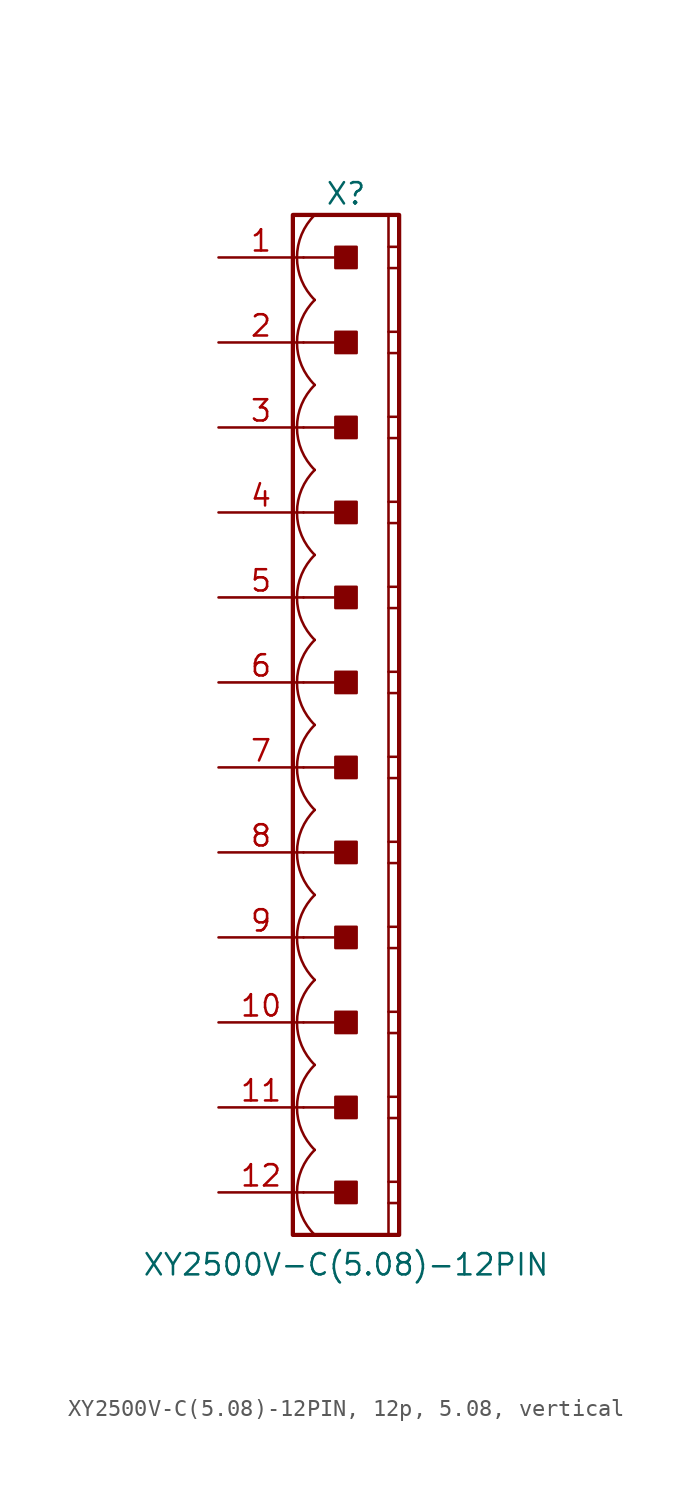
<source format=kicad_sym>
(kicad_symbol_lib
  (version 20241209)
  (generator "kicad_symbol_editor")
  (generator_version "9.0")
  (symbol "XY2500V-C(5.08)-12PIN, 12p, 5.08, vertical"
    (pin_names
      (offset 1.016)
      (hide yes))
    (property "Reference" "X"
      (at 0 31.75 0)
      (effects (font (size 1.27 1.27))))
    (property "Value" "XY2500V-C(5.08)-12PIN"
      (at 0 -32.258 0)
      (effects (font (size 1.27 1.27))))
    (symbol "XY2500V-C(5.08)-12PIN, 12p, 5.08, vertical_0_1"
      (polyline (pts (xy 2.54 30.48) (xy 2.54 -30.48)) (stroke (width 0.152) (type default)) (fill (type none)))
      (polyline (pts (xy 2.54 28.575) (xy 3.175 28.575)) (stroke (width 0.152) (type default)) (fill (type none)))
      (polyline (pts (xy 2.54 27.305) (xy 3.175 27.305)) (stroke (width 0.152) (type default)) (fill (type none)))
      (polyline (pts (xy 2.54 23.495) (xy 3.175 23.495)) (stroke (width 0.152) (type default)) (fill (type none)))
      (polyline (pts (xy 2.54 22.225) (xy 3.175 22.225)) (stroke (width 0.152) (type default)) (fill (type none)))
      (polyline (pts (xy 2.54 18.415) (xy 3.175 18.415)) (stroke (width 0.152) (type default)) (fill (type none)))
      (polyline (pts (xy 2.54 17.145) (xy 3.175 17.145)) (stroke (width 0.152) (type default)) (fill (type none)))
      (polyline (pts (xy 2.54 13.335) (xy 3.175 13.335)) (stroke (width 0.152) (type default)) (fill (type none)))
      (polyline (pts (xy 2.54 12.065) (xy 3.175 12.065)) (stroke (width 0.152) (type default)) (fill (type none)))
      (polyline (pts (xy 2.54 8.255) (xy 3.175 8.255)) (stroke (width 0.152) (type default)) (fill (type none)))
      (polyline (pts (xy 2.54 6.985) (xy 3.175 6.985)) (stroke (width 0.152) (type default)) (fill (type none)))
      (polyline (pts (xy 2.54 3.175) (xy 3.175 3.175)) (stroke (width 0.152) (type default)) (fill (type none)))
      (polyline (pts (xy 2.54 1.905) (xy 3.175 1.905)) (stroke (width 0.152) (type default)) (fill (type none)))
      (polyline (pts (xy 2.54 -1.905) (xy 3.175 -1.905)) (stroke (width 0.152) (type default)) (fill (type none)))
      (polyline (pts (xy 2.54 -3.175) (xy 3.175 -3.175)) (stroke (width 0.152) (type default)) (fill (type none)))
      (polyline (pts (xy 2.54 -6.985) (xy 3.175 -6.985)) (stroke (width 0.152) (type default)) (fill (type none)))
      (polyline (pts (xy 2.54 -8.255) (xy 3.175 -8.255)) (stroke (width 0.152) (type default)) (fill (type none)))
      (polyline (pts (xy 2.54 -12.065) (xy 3.175 -12.065)) (stroke (width 0.152) (type default)) (fill (type none)))
      (polyline (pts (xy 2.54 -13.335) (xy 3.175 -13.335)) (stroke (width 0.152) (type default)) (fill (type none)))
      (polyline (pts (xy 2.54 -17.145) (xy 3.175 -17.145)) (stroke (width 0.152) (type default)) (fill (type none)))
      (polyline (pts (xy 2.54 -18.415) (xy 3.175 -18.415)) (stroke (width 0.152) (type default)) (fill (type none)))
      (polyline (pts (xy 2.54 -22.225) (xy 3.175 -22.225)) (stroke (width 0.152) (type default)) (fill (type none)))
      (polyline (pts (xy 2.54 -23.495) (xy 3.175 -23.495)) (stroke (width 0.152) (type default)) (fill (type none)))
      (polyline (pts (xy 2.54 -27.305) (xy 3.175 -27.305)) (stroke (width 0.152) (type default)) (fill (type none)))
      (polyline (pts (xy 2.54 -28.575) (xy 3.175 -28.575)) (stroke (width 0.152) (type default)) (fill (type none))))
    (symbol "XY2500V-C(5.08)-12PIN, 12p, 5.08, vertical_1_0"
      (polyline (pts (xy -2.54 27.94) (xy 0 27.94)) (stroke (width 0.152) (type default)) (fill (type none)))
      (polyline (pts (xy -2.54 22.86) (xy 0 22.86)) (stroke (width 0.152) (type default)) (fill (type none)))
      (polyline (pts (xy -2.54 17.78) (xy 0 17.78)) (stroke (width 0.152) (type default)) (fill (type none)))
      (polyline (pts (xy -2.54 12.7) (xy 0 12.7)) (stroke (width 0.152) (type default)) (fill (type none)))
      (polyline (pts (xy -2.54 7.62) (xy 0 7.62)) (stroke (width 0.152) (type default)) (fill (type none)))
      (polyline (pts (xy -2.54 2.54) (xy 0 2.54)) (stroke (width 0.152) (type default)) (fill (type none)))
      (polyline (pts (xy -2.54 -2.54) (xy 0 -2.54)) (stroke (width 0.152) (type default)) (fill (type none)))
      (polyline (pts (xy -2.54 -7.62) (xy 0 -7.62)) (stroke (width 0.152) (type default)) (fill (type none)))
      (polyline (pts (xy -2.54 -12.7) (xy 0 -12.7)) (stroke (width 0.152) (type default)) (fill (type none)))
      (polyline (pts (xy -2.54 -17.78) (xy 0 -17.78)) (stroke (width 0.152) (type default)) (fill (type none)))
      (polyline (pts (xy -2.54 -22.86) (xy 0 -22.86)) (stroke (width 0.152) (type default)) (fill (type none)))
      (polyline (pts (xy -2.54 -27.94) (xy 0 -27.94)) (stroke (width 0.152) (type default)) (fill (type none))))
    (symbol "XY2500V-C(5.08)-12PIN, 12p, 5.08, vertical_1_1"
      (rectangle (start -3.175 30.48) (end 3.175 -30.48) (stroke (width 0.254) (type default)) (fill (type none)))
      (rectangle (start -0.635 27.305) (end 0.635 28.575) (stroke (width 0.152) (type default)) (fill (type outline)))
      (rectangle (start -0.635 22.225) (end 0.635 23.495) (stroke (width 0.152) (type default)) (fill (type outline)))
      (rectangle (start -0.635 17.145) (end 0.635 18.415) (stroke (width 0.152) (type default)) (fill (type outline)))
      (rectangle (start -0.635 12.065) (end 0.635 13.335) (stroke (width 0.152) (type default)) (fill (type outline)))
      (rectangle (start -0.635 6.985) (end 0.635 8.255) (stroke (width 0.152) (type default)) (fill (type outline)))
      (rectangle (start -0.635 1.905) (end 0.635 3.175) (stroke (width 0.152) (type default)) (fill (type outline)))
      (rectangle (start -0.635 -3.175) (end 0.635 -1.905) (stroke (width 0.152) (type default)) (fill (type outline)))
      (rectangle (start -0.635 -8.255) (end 0.635 -6.985) (stroke (width 0.152) (type default)) (fill (type outline)))
      (rectangle (start -0.635 -13.335) (end 0.635 -12.065) (stroke (width 0.152) (type default)) (fill (type outline)))
      (rectangle (start -0.635 -18.415) (end 0.635 -17.145) (stroke (width 0.152) (type default)) (fill (type outline)))
      (rectangle (start -0.635 -23.495) (end 0.635 -22.225) (stroke (width 0.152) (type default)) (fill (type outline)))
      (rectangle (start -0.635 -28.575) (end 0.635 -27.305) (stroke (width 0.152) (type default)) (fill (type outline)))
      (arc (start -1.8664 25.4) (mid -2.9299 27.94) (end -1.8664 30.48) (stroke (width 0.1524) (type default)) (fill (type none)))
      (arc (start -1.8664 20.32) (mid -2.9299 22.86) (end -1.8664 25.4) (stroke (width 0.1524) (type default)) (fill (type none)))
      (arc (start -1.8664 15.24) (mid -2.9299 17.78) (end -1.8664 20.32) (stroke (width 0.1524) (type default)) (fill (type none)))
      (arc (start -1.8664 10.16) (mid -2.9299 12.7) (end -1.8664 15.24) (stroke (width 0.1524) (type default)) (fill (type none)))
      (arc (start -1.8664 5.08) (mid -2.9299 7.62) (end -1.8664 10.16) (stroke (width 0.1524) (type default)) (fill (type none)))
      (arc (start -1.8664 0) (mid -2.9299 2.54) (end -1.8664 5.08) (stroke (width 0.1524) (type default)) (fill (type none)))
      (arc (start -1.8664 -5.08) (mid -2.9299 -2.54) (end -1.8664 0) (stroke (width 0.1524) (type default)) (fill (type none)))
      (arc (start -1.8664 -10.16) (mid -2.9299 -7.62) (end -1.8664 -5.08) (stroke (width 0.1524) (type default)) (fill (type none)))
      (arc (start -1.8664 -15.24) (mid -2.9299 -12.7) (end -1.8664 -10.16) (stroke (width 0.1524) (type default)) (fill (type none)))
      (arc (start -1.8664 -20.32) (mid -2.9299 -17.78) (end -1.8664 -15.24) (stroke (width 0.1524) (type default)) (fill (type none)))
      (arc (start -1.8664 -25.4) (mid -2.9299 -22.86) (end -1.8664 -20.32) (stroke (width 0.1524) (type default)) (fill (type none)))
      (arc (start -1.8664 -30.48) (mid -2.9299 -27.94) (end -1.8664 -25.4) (stroke (width 0.1524) (type default)) (fill (type none)))
      (pin passive line (at -7.62 27.94 0) (length 5.08) (name "1" (effects (font (size 1.27 1.27)))) (number "1" (effects (font (size 1.27 1.27)))))
      (pin passive line (at -7.62 22.86 0) (length 5.08) (name "2" (effects (font (size 1.27 1.27)))) (number "2" (effects (font (size 1.27 1.27)))))
      (pin passive line (at -7.62 17.78 0) (length 5.08) (name "3" (effects (font (size 1.27 1.27)))) (number "3" (effects (font (size 1.27 1.27)))))
      (pin passive line (at -7.62 12.7 0) (length 5.08) (name "4" (effects (font (size 1.27 1.27)))) (number "4" (effects (font (size 1.27 1.27)))))
      (pin passive line (at -7.62 7.62 0) (length 5.08) (name "5" (effects (font (size 1.27 1.27)))) (number "5" (effects (font (size 1.27 1.27)))))
      (pin passive line (at -7.62 2.54 0) (length 5.08) (name "6" (effects (font (size 1.27 1.27)))) (number "6" (effects (font (size 1.27 1.27)))))
      (pin passive line (at -7.62 -2.54 0) (length 5.08) (name "7" (effects (font (size 1.27 1.27)))) (number "7" (effects (font (size 1.27 1.27)))))
      (pin passive line (at -7.62 -7.62 0) (length 5.08) (name "8" (effects (font (size 1.27 1.27)))) (number "8" (effects (font (size 1.27 1.27)))))
      (pin passive line (at -7.62 -12.7 0) (length 5.08) (name "9" (effects (font (size 1.27 1.27)))) (number "9" (effects (font (size 1.27 1.27)))))
      (pin passive line (at -7.62 -17.78 0) (length 5.08) (name "10" (effects (font (size 1.27 1.27)))) (number "10" (effects (font (size 1.27 1.27)))))
      (pin passive line (at -7.62 -22.86 0) (length 5.08) (name "11" (effects (font (size 1.27 1.27)))) (number "11" (effects (font (size 1.27 1.27)))))
      (pin passive line (at -7.62 -27.94 0) (length 5.08) (name "12" (effects (font (size 1.27 1.27)))) (number "12" (effects (font (size 1.27 1.27))))))))
</source>
